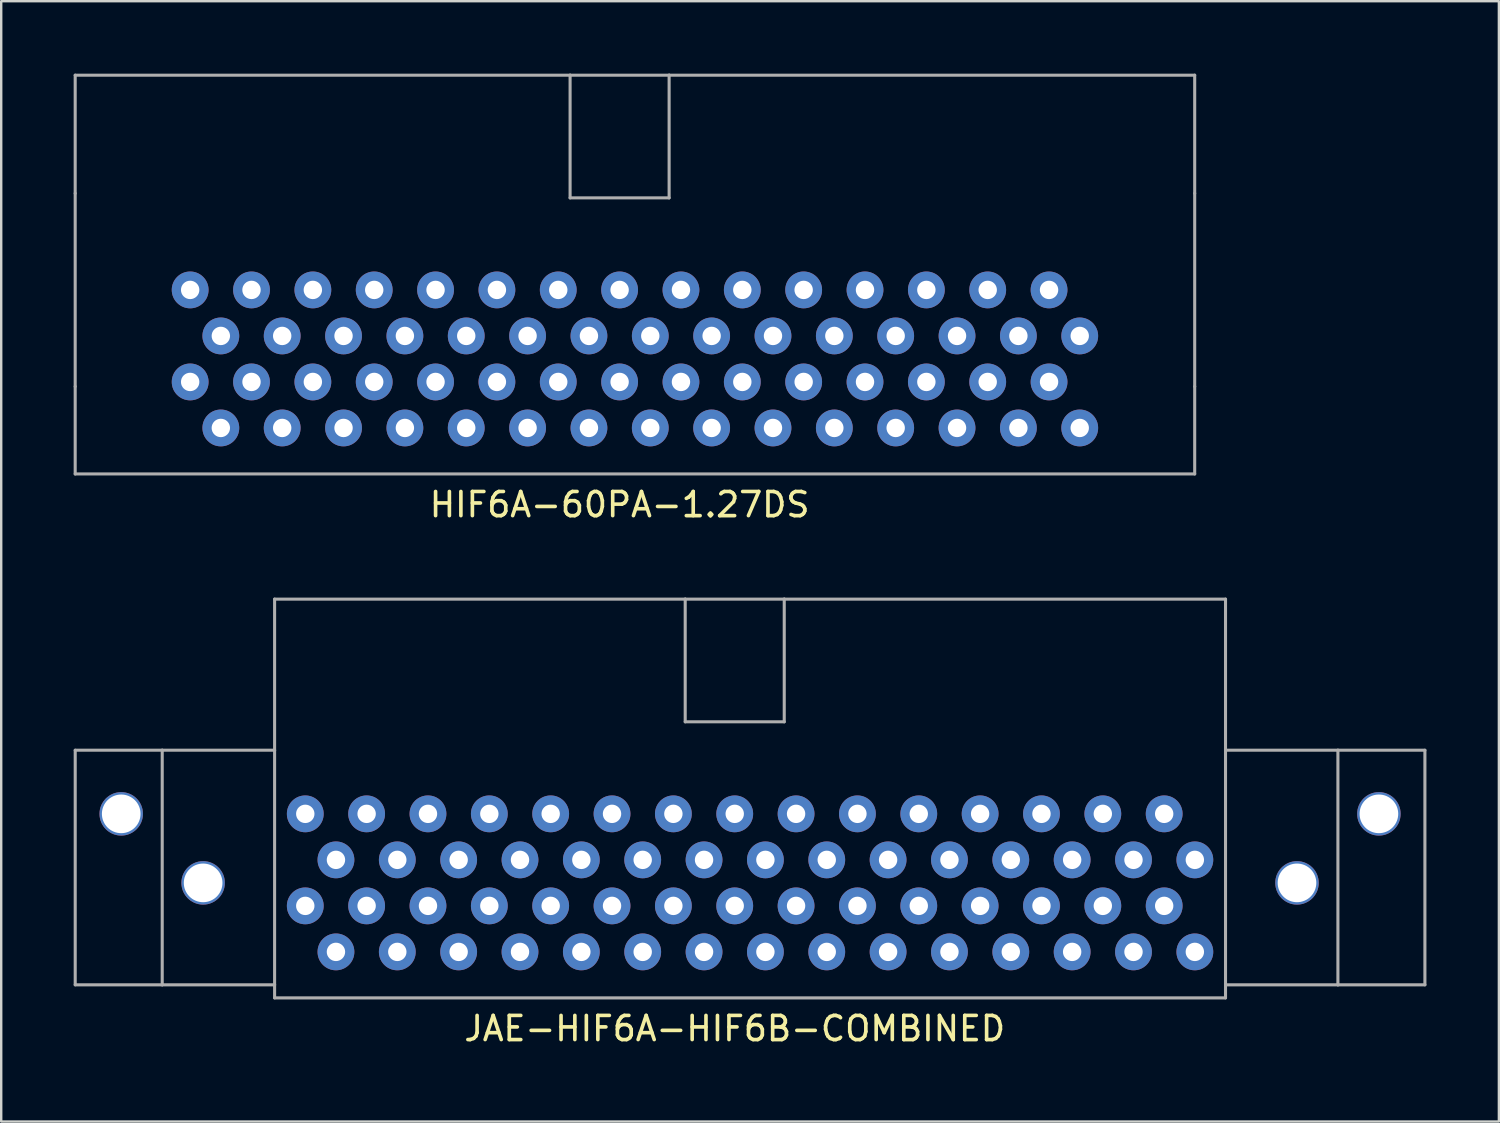
<source format=kicad_pcb>
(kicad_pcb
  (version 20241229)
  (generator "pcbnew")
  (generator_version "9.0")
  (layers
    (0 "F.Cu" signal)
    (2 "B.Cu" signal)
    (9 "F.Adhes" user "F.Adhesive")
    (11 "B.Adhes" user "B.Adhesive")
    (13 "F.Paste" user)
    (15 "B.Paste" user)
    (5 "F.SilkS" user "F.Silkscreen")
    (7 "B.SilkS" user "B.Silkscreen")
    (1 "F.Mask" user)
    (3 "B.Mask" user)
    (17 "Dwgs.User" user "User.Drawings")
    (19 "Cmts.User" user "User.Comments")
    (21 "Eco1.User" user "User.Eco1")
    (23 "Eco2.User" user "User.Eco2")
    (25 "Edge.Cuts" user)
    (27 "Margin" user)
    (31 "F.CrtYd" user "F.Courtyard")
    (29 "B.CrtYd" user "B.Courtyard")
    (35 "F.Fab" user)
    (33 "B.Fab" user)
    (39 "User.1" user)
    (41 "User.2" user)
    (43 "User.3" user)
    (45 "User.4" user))
  (footprint "HIF6A-60PA-1.27DS"
    (layer "F.Cu")
    (at 22.603 11.493)
    (property "Reference" "HIF6A-60PA-1.27DS" (at 0 6.35 0) (layer "F.SilkS") (effects (font (size 1 1) (thickness 0.15))))
    (attr exclude_from_pos_files exclude_from_bom)
    (fp_line (start -22.54 -11.43) (end -22.54 -6.538) (stroke (width 0.127) (type solid)) (layer "F.Fab"))
    (fp_line (start -22.54 -6.538) (end -22.54 1.458) (stroke (width 0.127) (type solid)) (layer "F.Fab"))
    (fp_line (start -22.54 1.458) (end -22.54 5.08) (stroke (width 0.127) (type solid)) (layer "F.Fab"))
    (fp_line (start -22.54 5.08) (end 23.81 5.08) (stroke (width 0.127) (type solid)) (layer "F.Fab"))
    (fp_line (start -2.05 -11.43) (end -22.54 -11.43) (stroke (width 0.127) (type solid)) (layer "F.Fab"))
    (fp_line (start -2.05 -11.43) (end -2.05 -6.35) (stroke (width 0.127) (type solid)) (layer "F.Fab"))
    (fp_line (start -2.05 -6.35) (end 2.05 -6.35) (stroke (width 0.127) (type solid)) (layer "F.Fab"))
    (fp_line (start 2.05 -11.43) (end -2.05 -11.43) (stroke (width 0.127) (type solid)) (layer "F.Fab"))
    (fp_line (start 2.05 -6.35) (end 2.05 -11.43) (stroke (width 0.127) (type solid)) (layer "F.Fab"))
    (fp_line (start 23.81 -11.43) (end 2.05 -11.43) (stroke (width 0.127) (type solid)) (layer "F.Fab"))
    (fp_line (start 23.81 -6.538) (end 23.81 -11.43) (stroke (width 0.127) (type solid)) (layer "F.Fab"))
    (fp_line (start 23.81 1.458) (end 23.81 -6.538) (stroke (width 0.127) (type solid)) (layer "F.Fab"))
    (fp_line (start 23.81 5.08) (end 23.81 1.458) (stroke (width 0.127) (type solid)) (layer "F.Fab"))
    (pad "1" thru_hole circle (at 19.05 3.175) (size 1.524 1.524) (drill 0.762) (layers "*.Cu" "*.Mask"))
    (pad "2" thru_hole circle (at 17.78 1.27) (size 1.524 1.524) (drill 0.762) (layers "*.Cu" "*.Mask"))
    (pad "3" thru_hole circle (at 16.51 3.175) (size 1.524 1.524) (drill 0.762) (layers "*.Cu" "*.Mask"))
    (pad "4" thru_hole circle (at 15.24 1.27) (size 1.524 1.524) (drill 0.762) (layers "*.Cu" "*.Mask"))
    (pad "5" thru_hole circle (at 13.97 3.175) (size 1.524 1.524) (drill 0.762) (layers "*.Cu" "*.Mask"))
    (pad "6" thru_hole circle (at 12.7 1.27) (size 1.524 1.524) (drill 0.762) (layers "*.Cu" "*.Mask"))
    (pad "7" thru_hole circle (at 11.43 3.175) (size 1.524 1.524) (drill 0.762) (layers "*.Cu" "*.Mask"))
    (pad "8" thru_hole circle (at 10.16 1.27) (size 1.524 1.524) (drill 0.762) (layers "*.Cu" "*.Mask"))
    (pad "9" thru_hole circle (at 8.89 3.175) (size 1.524 1.524) (drill 0.762) (layers "*.Cu" "*.Mask"))
    (pad "10" thru_hole circle (at 7.62 1.27) (size 1.524 1.524) (drill 0.762) (layers "*.Cu" "*.Mask"))
    (pad "11" thru_hole circle (at 6.35 3.175) (size 1.524 1.524) (drill 0.762) (layers "*.Cu" "*.Mask"))
    (pad "12" thru_hole circle (at 5.08 1.27) (size 1.524 1.524) (drill 0.762) (layers "*.Cu" "*.Mask"))
    (pad "13" thru_hole circle (at 3.81 3.175) (size 1.524 1.524) (drill 0.762) (layers "*.Cu" "*.Mask"))
    (pad "14" thru_hole circle (at 2.54 1.27) (size 1.524 1.524) (drill 0.762) (layers "*.Cu" "*.Mask"))
    (pad "15" thru_hole circle (at 1.27 3.175) (size 1.524 1.524) (drill 0.762) (layers "*.Cu" "*.Mask"))
    (pad "16" thru_hole circle (at 0 1.27) (size 1.524 1.524) (drill 0.762) (layers "*.Cu" "*.Mask"))
    (pad "17" thru_hole circle (at -1.27 3.175) (size 1.524 1.524) (drill 0.762) (layers "*.Cu" "*.Mask"))
    (pad "18" thru_hole circle (at -2.54 1.27) (size 1.524 1.524) (drill 0.762) (layers "*.Cu" "*.Mask"))
    (pad "19" thru_hole circle (at -3.81 3.175) (size 1.524 1.524) (drill 0.762) (layers "*.Cu" "*.Mask"))
    (pad "20" thru_hole circle (at -5.08 1.27) (size 1.524 1.524) (drill 0.762) (layers "*.Cu" "*.Mask"))
    (pad "21" thru_hole circle (at -6.35 3.175) (size 1.524 1.524) (drill 0.762) (layers "*.Cu" "*.Mask"))
    (pad "22" thru_hole circle (at -7.62 1.27) (size 1.524 1.524) (drill 0.762) (layers "*.Cu" "*.Mask"))
    (pad "23" thru_hole circle (at -8.89 3.175) (size 1.524 1.524) (drill 0.762) (layers "*.Cu" "*.Mask"))
    (pad "24" thru_hole circle (at -10.16 1.27) (size 1.524 1.524) (drill 0.762) (layers "*.Cu" "*.Mask"))
    (pad "25" thru_hole circle (at -11.43 3.175) (size 1.524 1.524) (drill 0.762) (layers "*.Cu" "*.Mask"))
    (pad "26" thru_hole circle (at -12.7 1.27) (size 1.524 1.524) (drill 0.762) (layers "*.Cu" "*.Mask"))
    (pad "27" thru_hole circle (at -13.97 3.175) (size 1.524 1.524) (drill 0.762) (layers "*.Cu" "*.Mask"))
    (pad "28" thru_hole circle (at -15.24 1.27) (size 1.524 1.524) (drill 0.762) (layers "*.Cu" "*.Mask"))
    (pad "29" thru_hole circle (at -16.51 3.175) (size 1.524 1.524) (drill 0.762) (layers "*.Cu" "*.Mask"))
    (pad "30" thru_hole circle (at -17.78 1.27) (size 1.524 1.524) (drill 0.762) (layers "*.Cu" "*.Mask"))
    (pad "31" thru_hole circle (at 19.05 -0.635) (size 1.524 1.524) (drill 0.762) (layers "*.Cu" "*.Mask"))
    (pad "32" thru_hole circle (at 17.78 -2.54) (size 1.524 1.524) (drill 0.762) (layers "*.Cu" "*.Mask"))
    (pad "33" thru_hole circle (at 16.51 -0.635) (size 1.524 1.524) (drill 0.762) (layers "*.Cu" "*.Mask"))
    (pad "34" thru_hole circle (at 15.24 -2.54) (size 1.524 1.524) (drill 0.762) (layers "*.Cu" "*.Mask"))
    (pad "35" thru_hole circle (at 13.97 -0.635) (size 1.524 1.524) (drill 0.762) (layers "*.Cu" "*.Mask"))
    (pad "36" thru_hole circle (at 12.7 -2.54) (size 1.524 1.524) (drill 0.762) (layers "*.Cu" "*.Mask"))
    (pad "37" thru_hole circle (at 11.43 -0.635) (size 1.524 1.524) (drill 0.762) (layers "*.Cu" "*.Mask"))
    (pad "38" thru_hole circle (at 10.16 -2.54) (size 1.524 1.524) (drill 0.762) (layers "*.Cu" "*.Mask"))
    (pad "39" thru_hole circle (at 8.89 -0.635) (size 1.524 1.524) (drill 0.762) (layers "*.Cu" "*.Mask"))
    (pad "40" thru_hole circle (at 7.62 -2.54) (size 1.524 1.524) (drill 0.762) (layers "*.Cu" "*.Mask"))
    (pad "41" thru_hole circle (at 6.35 -0.635) (size 1.524 1.524) (drill 0.762) (layers "*.Cu" "*.Mask"))
    (pad "42" thru_hole circle (at 5.08 -2.54) (size 1.524 1.524) (drill 0.762) (layers "*.Cu" "*.Mask"))
    (pad "43" thru_hole circle (at 3.81 -0.635) (size 1.524 1.524) (drill 0.762) (layers "*.Cu" "*.Mask"))
    (pad "44" thru_hole circle (at 2.54 -2.54) (size 1.524 1.524) (drill 0.762) (layers "*.Cu" "*.Mask"))
    (pad "45" thru_hole circle (at 1.27 -0.635) (size 1.524 1.524) (drill 0.762) (layers "*.Cu" "*.Mask"))
    (pad "46" thru_hole circle (at 0 -2.54) (size 1.524 1.524) (drill 0.762) (layers "*.Cu" "*.Mask"))
    (pad "47" thru_hole circle (at -1.27 -0.635) (size 1.524 1.524) (drill 0.762) (layers "*.Cu" "*.Mask"))
    (pad "48" thru_hole circle (at -2.54 -2.54) (size 1.524 1.524) (drill 0.762) (layers "*.Cu" "*.Mask"))
    (pad "49" thru_hole circle (at -3.81 -0.635) (size 1.524 1.524) (drill 0.762) (layers "*.Cu" "*.Mask"))
    (pad "50" thru_hole circle (at -5.08 -2.54) (size 1.524 1.524) (drill 0.762) (layers "*.Cu" "*.Mask"))
    (pad "51" thru_hole circle (at -6.35 -0.635) (size 1.524 1.524) (drill 0.762) (layers "*.Cu" "*.Mask"))
    (pad "52" thru_hole circle (at -7.62 -2.54) (size 1.524 1.524) (drill 0.762) (layers "*.Cu" "*.Mask"))
    (pad "53" thru_hole circle (at -8.89 -0.635) (size 1.524 1.524) (drill 0.762) (layers "*.Cu" "*.Mask"))
    (pad "54" thru_hole circle (at -10.16 -2.54) (size 1.524 1.524) (drill 0.762) (layers "*.Cu" "*.Mask"))
    (pad "55" thru_hole circle (at -11.43 -0.635) (size 1.524 1.524) (drill 0.762) (layers "*.Cu" "*.Mask"))
    (pad "56" thru_hole circle (at -12.7 -2.54) (size 1.524 1.524) (drill 0.762) (layers "*.Cu" "*.Mask"))
    (pad "57" thru_hole circle (at -13.97 -0.635) (size 1.524 1.524) (drill 0.762) (layers "*.Cu" "*.Mask"))
    (pad "58" thru_hole circle (at -15.24 -2.54) (size 1.524 1.524) (drill 0.762) (layers "*.Cu" "*.Mask"))
    (pad "59" thru_hole circle (at -16.51 -0.635) (size 1.524 1.524) (drill 0.762) (layers "*.Cu" "*.Mask"))
    (pad "60" thru_hole circle (at -17.78 -2.54) (size 1.524 1.524) (drill 0.762) (layers "*.Cu" "*.Mask")))
  (footprint "JAE-HIF6A-HIF6B-COMBINED"
    (layer "F.Cu")
    (at 27.369 33.185)
    (property "Reference" "JAE-HIF6A-HIF6B-COMBINED" (at 0 6.35 0) (layer "F.SilkS") (effects (font (size 1 1) (thickness 0.15))))
    (attr exclude_from_pos_files exclude_from_bom)
    (fp_line (start -27.305 -5.174) (end -23.703 -5.174) (stroke (width 0.127) (type solid)) (layer "F.Fab"))
    (fp_line (start -27.305 4.539) (end -27.305 -5.174) (stroke (width 0.127) (type solid)) (layer "F.Fab"))
    (fp_line (start -23.703 -5.174) (end -19.05 -5.174) (stroke (width 0.127) (type solid)) (layer "F.Fab"))
    (fp_line (start -23.703 4.539) (end -27.305 4.539) (stroke (width 0.127) (type solid)) (layer "F.Fab"))
    (fp_line (start -23.703 4.539) (end -23.703 -5.174) (stroke (width 0.127) (type solid)) (layer "F.Fab"))
    (fp_line (start -19.05 -11.43) (end -19.05 -5.174) (stroke (width 0.127) (type solid)) (layer "F.Fab"))
    (fp_line (start -19.05 -5.174) (end -19.05 4.539) (stroke (width 0.127) (type solid)) (layer "F.Fab"))
    (fp_line (start -19.05 4.539) (end -23.703 4.539) (stroke (width 0.127) (type solid)) (layer "F.Fab"))
    (fp_line (start -19.05 4.539) (end -19.05 5.08) (stroke (width 0.127) (type solid)) (layer "F.Fab"))
    (fp_line (start -19.05 5.08) (end 20.32 5.08) (stroke (width 0.127) (type solid)) (layer "F.Fab"))
    (fp_line (start -2.05 -11.43) (end -19.05 -11.43) (stroke (width 0.127) (type solid)) (layer "F.Fab"))
    (fp_line (start -2.05 -11.43) (end -2.05 -6.35) (stroke (width 0.127) (type solid)) (layer "F.Fab"))
    (fp_line (start -2.05 -6.35) (end 2.05 -6.35) (stroke (width 0.127) (type solid)) (layer "F.Fab"))
    (fp_line (start 2.05 -11.43) (end -2.05 -11.43) (stroke (width 0.127) (type solid)) (layer "F.Fab"))
    (fp_line (start 2.05 -6.35) (end 2.05 -11.43) (stroke (width 0.127) (type solid)) (layer "F.Fab"))
    (fp_line (start 20.32 -11.43) (end 2.05 -11.43) (stroke (width 0.127) (type solid)) (layer "F.Fab"))
    (fp_line (start 20.32 -5.174) (end 20.32 -11.43) (stroke (width 0.127) (type solid)) (layer "F.Fab"))
    (fp_line (start 20.32 -5.174) (end 24.973 -5.174) (stroke (width 0.127) (type solid)) (layer "F.Fab"))
    (fp_line (start 20.32 4.539) (end 20.32 -5.174) (stroke (width 0.127) (type solid)) (layer "F.Fab"))
    (fp_line (start 20.32 5.08) (end 20.32 4.539) (stroke (width 0.127) (type solid)) (layer "F.Fab"))
    (fp_line (start 24.973 -5.174) (end 24.973 4.539) (stroke (width 0.127) (type solid)) (layer "F.Fab"))
    (fp_line (start 24.973 -5.174) (end 28.575 -5.174) (stroke (width 0.127) (type solid)) (layer "F.Fab"))
    (fp_line (start 24.973 4.539) (end 20.32 4.539) (stroke (width 0.127) (type solid)) (layer "F.Fab"))
    (fp_line (start 28.575 -5.174) (end 28.575 4.539) (stroke (width 0.127) (type solid)) (layer "F.Fab"))
    (fp_line (start 28.575 4.539) (end 24.973 4.539) (stroke (width 0.127) (type solid)) (layer "F.Fab"))
    (pad "" np_thru_hole circle (at -25.4 -2.54) (size 1.8 1.8) (drill 1.6) (layers "*.Cu" "*.Mask"))
    (pad "" np_thru_hole circle (at -22.009 0.318) (size 1.8 1.8) (drill 1.6) (layers "*.Cu" "*.Mask"))
    (pad "" np_thru_hole circle (at 23.279 0.318) (size 1.8 1.8) (drill 1.6) (layers "*.Cu" "*.Mask"))
    (pad "" np_thru_hole circle (at 26.67 -2.54) (size 1.8 1.8) (drill 1.6) (layers "*.Cu" "*.Mask"))
    (pad "1" thru_hole circle (at 19.05 3.175) (size 1.524 1.524) (drill 0.762) (layers "*.Cu" "*.Mask"))
    (pad "2" thru_hole circle (at 17.78 1.27) (size 1.524 1.524) (drill 0.762) (layers "*.Cu" "*.Mask"))
    (pad "3" thru_hole circle (at 16.51 3.175) (size 1.524 1.524) (drill 0.762) (layers "*.Cu" "*.Mask"))
    (pad "4" thru_hole circle (at 15.24 1.27) (size 1.524 1.524) (drill 0.762) (layers "*.Cu" "*.Mask"))
    (pad "5" thru_hole circle (at 13.97 3.175) (size 1.524 1.524) (drill 0.762) (layers "*.Cu" "*.Mask"))
    (pad "6" thru_hole circle (at 12.7 1.27) (size 1.524 1.524) (drill 0.762) (layers "*.Cu" "*.Mask"))
    (pad "7" thru_hole circle (at 11.43 3.175) (size 1.524 1.524) (drill 0.762) (layers "*.Cu" "*.Mask"))
    (pad "8" thru_hole circle (at 10.16 1.27) (size 1.524 1.524) (drill 0.762) (layers "*.Cu" "*.Mask"))
    (pad "9" thru_hole circle (at 8.89 3.175) (size 1.524 1.524) (drill 0.762) (layers "*.Cu" "*.Mask"))
    (pad "10" thru_hole circle (at 7.62 1.27) (size 1.524 1.524) (drill 0.762) (layers "*.Cu" "*.Mask"))
    (pad "11" thru_hole circle (at 6.35 3.175) (size 1.524 1.524) (drill 0.762) (layers "*.Cu" "*.Mask"))
    (pad "12" thru_hole circle (at 5.08 1.27) (size 1.524 1.524) (drill 0.762) (layers "*.Cu" "*.Mask"))
    (pad "13" thru_hole circle (at 3.81 3.175) (size 1.524 1.524) (drill 0.762) (layers "*.Cu" "*.Mask"))
    (pad "14" thru_hole circle (at 2.54 1.27) (size 1.524 1.524) (drill 0.762) (layers "*.Cu" "*.Mask"))
    (pad "15" thru_hole circle (at 1.27 3.175) (size 1.524 1.524) (drill 0.762) (layers "*.Cu" "*.Mask"))
    (pad "16" thru_hole circle (at 0 1.27) (size 1.524 1.524) (drill 0.762) (layers "*.Cu" "*.Mask"))
    (pad "17" thru_hole circle (at -1.27 3.175) (size 1.524 1.524) (drill 0.762) (layers "*.Cu" "*.Mask"))
    (pad "18" thru_hole circle (at -2.54 1.27) (size 1.524 1.524) (drill 0.762) (layers "*.Cu" "*.Mask"))
    (pad "19" thru_hole circle (at -3.81 3.175) (size 1.524 1.524) (drill 0.762) (layers "*.Cu" "*.Mask"))
    (pad "20" thru_hole circle (at -5.08 1.27) (size 1.524 1.524) (drill 0.762) (layers "*.Cu" "*.Mask"))
    (pad "21" thru_hole circle (at -6.35 3.175) (size 1.524 1.524) (drill 0.762) (layers "*.Cu" "*.Mask"))
    (pad "22" thru_hole circle (at -7.62 1.27) (size 1.524 1.524) (drill 0.762) (layers "*.Cu" "*.Mask"))
    (pad "23" thru_hole circle (at -8.89 3.175) (size 1.524 1.524) (drill 0.762) (layers "*.Cu" "*.Mask"))
    (pad "24" thru_hole circle (at -10.16 1.27) (size 1.524 1.524) (drill 0.762) (layers "*.Cu" "*.Mask"))
    (pad "25" thru_hole circle (at -11.43 3.175) (size 1.524 1.524) (drill 0.762) (layers "*.Cu" "*.Mask"))
    (pad "26" thru_hole circle (at -12.7 1.27) (size 1.524 1.524) (drill 0.762) (layers "*.Cu" "*.Mask"))
    (pad "27" thru_hole circle (at -13.97 3.175) (size 1.524 1.524) (drill 0.762) (layers "*.Cu" "*.Mask"))
    (pad "28" thru_hole circle (at -15.24 1.27) (size 1.524 1.524) (drill 0.762) (layers "*.Cu" "*.Mask"))
    (pad "29" thru_hole circle (at -16.51 3.175) (size 1.524 1.524) (drill 0.762) (layers "*.Cu" "*.Mask"))
    (pad "30" thru_hole circle (at -17.78 1.27) (size 1.524 1.524) (drill 0.762) (layers "*.Cu" "*.Mask"))
    (pad "31" thru_hole circle (at 19.05 -0.635) (size 1.524 1.524) (drill 0.762) (layers "*.Cu" "*.Mask"))
    (pad "32" thru_hole circle (at 17.78 -2.54) (size 1.524 1.524) (drill 0.762) (layers "*.Cu" "*.Mask"))
    (pad "33" thru_hole circle (at 16.51 -0.635) (size 1.524 1.524) (drill 0.762) (layers "*.Cu" "*.Mask"))
    (pad "34" thru_hole circle (at 15.24 -2.54) (size 1.524 1.524) (drill 0.762) (layers "*.Cu" "*.Mask"))
    (pad "35" thru_hole circle (at 13.97 -0.635) (size 1.524 1.524) (drill 0.762) (layers "*.Cu" "*.Mask"))
    (pad "36" thru_hole circle (at 12.7 -2.54) (size 1.524 1.524) (drill 0.762) (layers "*.Cu" "*.Mask"))
    (pad "37" thru_hole circle (at 11.43 -0.635) (size 1.524 1.524) (drill 0.762) (layers "*.Cu" "*.Mask"))
    (pad "38" thru_hole circle (at 10.16 -2.54) (size 1.524 1.524) (drill 0.762) (layers "*.Cu" "*.Mask"))
    (pad "39" thru_hole circle (at 8.89 -0.635) (size 1.524 1.524) (drill 0.762) (layers "*.Cu" "*.Mask"))
    (pad "40" thru_hole circle (at 7.62 -2.54) (size 1.524 1.524) (drill 0.762) (layers "*.Cu" "*.Mask"))
    (pad "41" thru_hole circle (at 6.35 -0.635) (size 1.524 1.524) (drill 0.762) (layers "*.Cu" "*.Mask"))
    (pad "42" thru_hole circle (at 5.08 -2.54) (size 1.524 1.524) (drill 0.762) (layers "*.Cu" "*.Mask"))
    (pad "43" thru_hole circle (at 3.81 -0.635) (size 1.524 1.524) (drill 0.762) (layers "*.Cu" "*.Mask"))
    (pad "44" thru_hole circle (at 2.54 -2.54) (size 1.524 1.524) (drill 0.762) (layers "*.Cu" "*.Mask"))
    (pad "45" thru_hole circle (at 1.27 -0.635) (size 1.524 1.524) (drill 0.762) (layers "*.Cu" "*.Mask"))
    (pad "46" thru_hole circle (at 0 -2.54) (size 1.524 1.524) (drill 0.762) (layers "*.Cu" "*.Mask"))
    (pad "47" thru_hole circle (at -1.27 -0.635) (size 1.524 1.524) (drill 0.762) (layers "*.Cu" "*.Mask"))
    (pad "48" thru_hole circle (at -2.54 -2.54) (size 1.524 1.524) (drill 0.762) (layers "*.Cu" "*.Mask"))
    (pad "49" thru_hole circle (at -3.81 -0.635) (size 1.524 1.524) (drill 0.762) (layers "*.Cu" "*.Mask"))
    (pad "50" thru_hole circle (at -5.08 -2.54) (size 1.524 1.524) (drill 0.762) (layers "*.Cu" "*.Mask"))
    (pad "51" thru_hole circle (at -6.35 -0.635) (size 1.524 1.524) (drill 0.762) (layers "*.Cu" "*.Mask"))
    (pad "52" thru_hole circle (at -7.62 -2.54) (size 1.524 1.524) (drill 0.762) (layers "*.Cu" "*.Mask"))
    (pad "53" thru_hole circle (at -8.89 -0.635) (size 1.524 1.524) (drill 0.762) (layers "*.Cu" "*.Mask"))
    (pad "54" thru_hole circle (at -10.16 -2.54) (size 1.524 1.524) (drill 0.762) (layers "*.Cu" "*.Mask"))
    (pad "55" thru_hole circle (at -11.43 -0.635) (size 1.524 1.524) (drill 0.762) (layers "*.Cu" "*.Mask"))
    (pad "56" thru_hole circle (at -12.7 -2.54) (size 1.524 1.524) (drill 0.762) (layers "*.Cu" "*.Mask"))
    (pad "57" thru_hole circle (at -13.97 -0.635) (size 1.524 1.524) (drill 0.762) (layers "*.Cu" "*.Mask"))
    (pad "58" thru_hole circle (at -15.24 -2.54) (size 1.524 1.524) (drill 0.762) (layers "*.Cu" "*.Mask"))
    (pad "59" thru_hole circle (at -16.51 -0.635) (size 1.524 1.524) (drill 0.762) (layers "*.Cu" "*.Mask"))
    (pad "60" thru_hole circle (at -17.78 -2.54) (size 1.524 1.524) (drill 0.762) (layers "*.Cu" "*.Mask")))
  (gr_rect
    (start -3 -3)
    (end 59.007 43.383)
    (stroke (width 0.1) (type default))
    (fill no)
    (layer "Edge.Cuts")))
</source>
